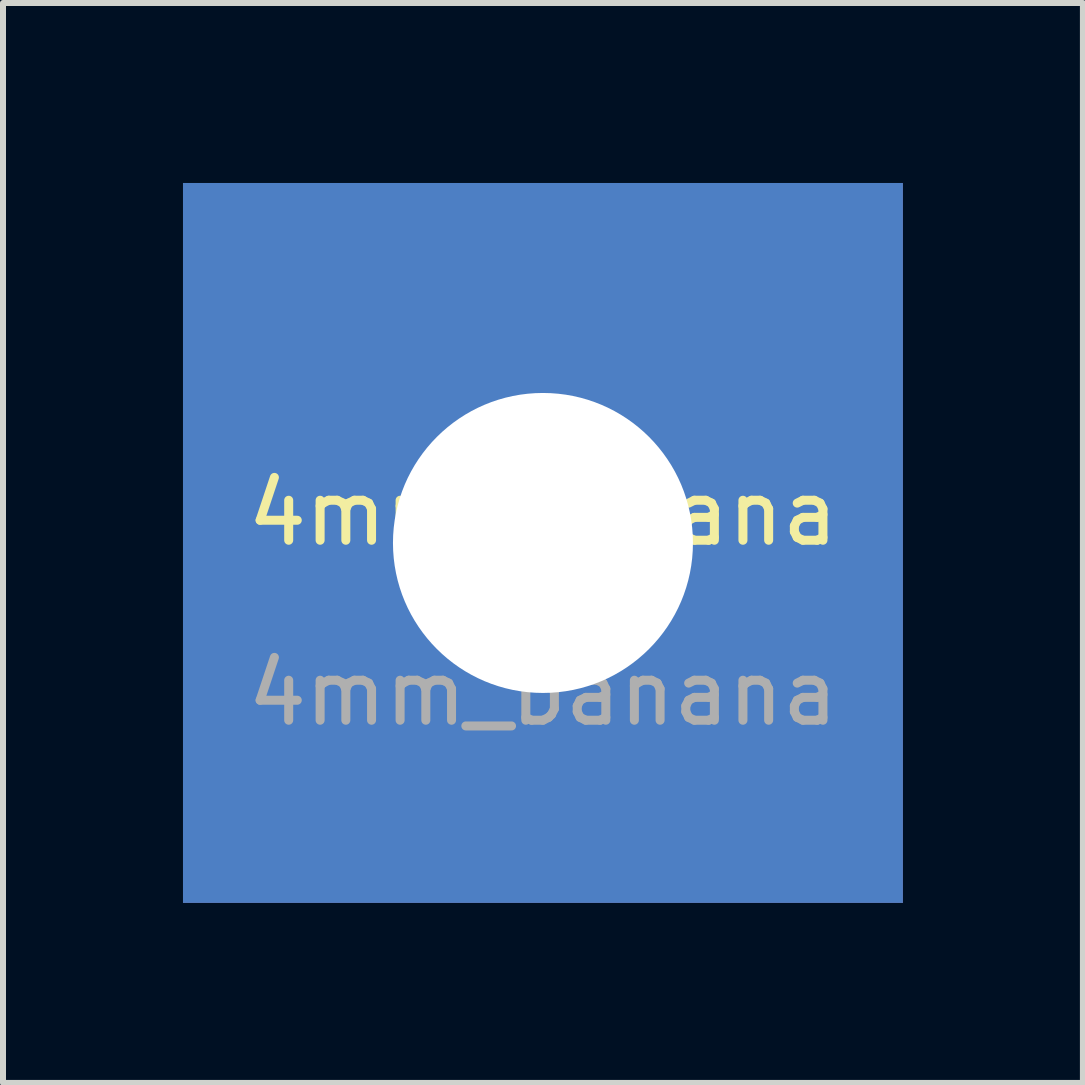
<source format=kicad_pcb>
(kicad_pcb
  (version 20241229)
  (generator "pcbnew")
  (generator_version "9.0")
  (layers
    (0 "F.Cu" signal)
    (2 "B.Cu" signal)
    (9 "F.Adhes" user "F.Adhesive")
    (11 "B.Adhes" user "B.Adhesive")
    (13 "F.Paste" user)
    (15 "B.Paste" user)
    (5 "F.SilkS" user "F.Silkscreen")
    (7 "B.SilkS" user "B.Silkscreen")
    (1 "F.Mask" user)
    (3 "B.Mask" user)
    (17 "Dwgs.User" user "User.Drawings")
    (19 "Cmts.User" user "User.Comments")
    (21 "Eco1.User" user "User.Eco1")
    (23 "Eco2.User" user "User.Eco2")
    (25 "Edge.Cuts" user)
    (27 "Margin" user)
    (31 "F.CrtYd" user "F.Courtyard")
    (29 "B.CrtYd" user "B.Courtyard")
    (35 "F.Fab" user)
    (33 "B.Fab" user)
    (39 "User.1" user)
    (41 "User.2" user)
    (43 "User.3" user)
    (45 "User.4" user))
  (footprint "4mm_banana"
    (layer "F.Cu")
    (at 6 6)
    (property "Reference" "4mm_banana" (at 0 -0.5 0) (unlocked yes) (layer "F.SilkS") (effects (font (size 1 1) (thickness 0.15))))
    (attr through_hole)
    (fp_text user "${REFERENCE}" (at 0 2.5 0) (unlocked yes) (layer "F.Fab") (effects (font (size 1 1) (thickness 0.15))))
    (pad "1" thru_hole rect (at 0 0) (size 12 12) (drill 5) (layers "*.Cu" "*.Mask")))
  (gr_rect
    (start -3 -3)
    (end 15 15)
    (stroke (width 0.1) (type default))
    (fill no)
    (layer "Edge.Cuts")))
</source>
